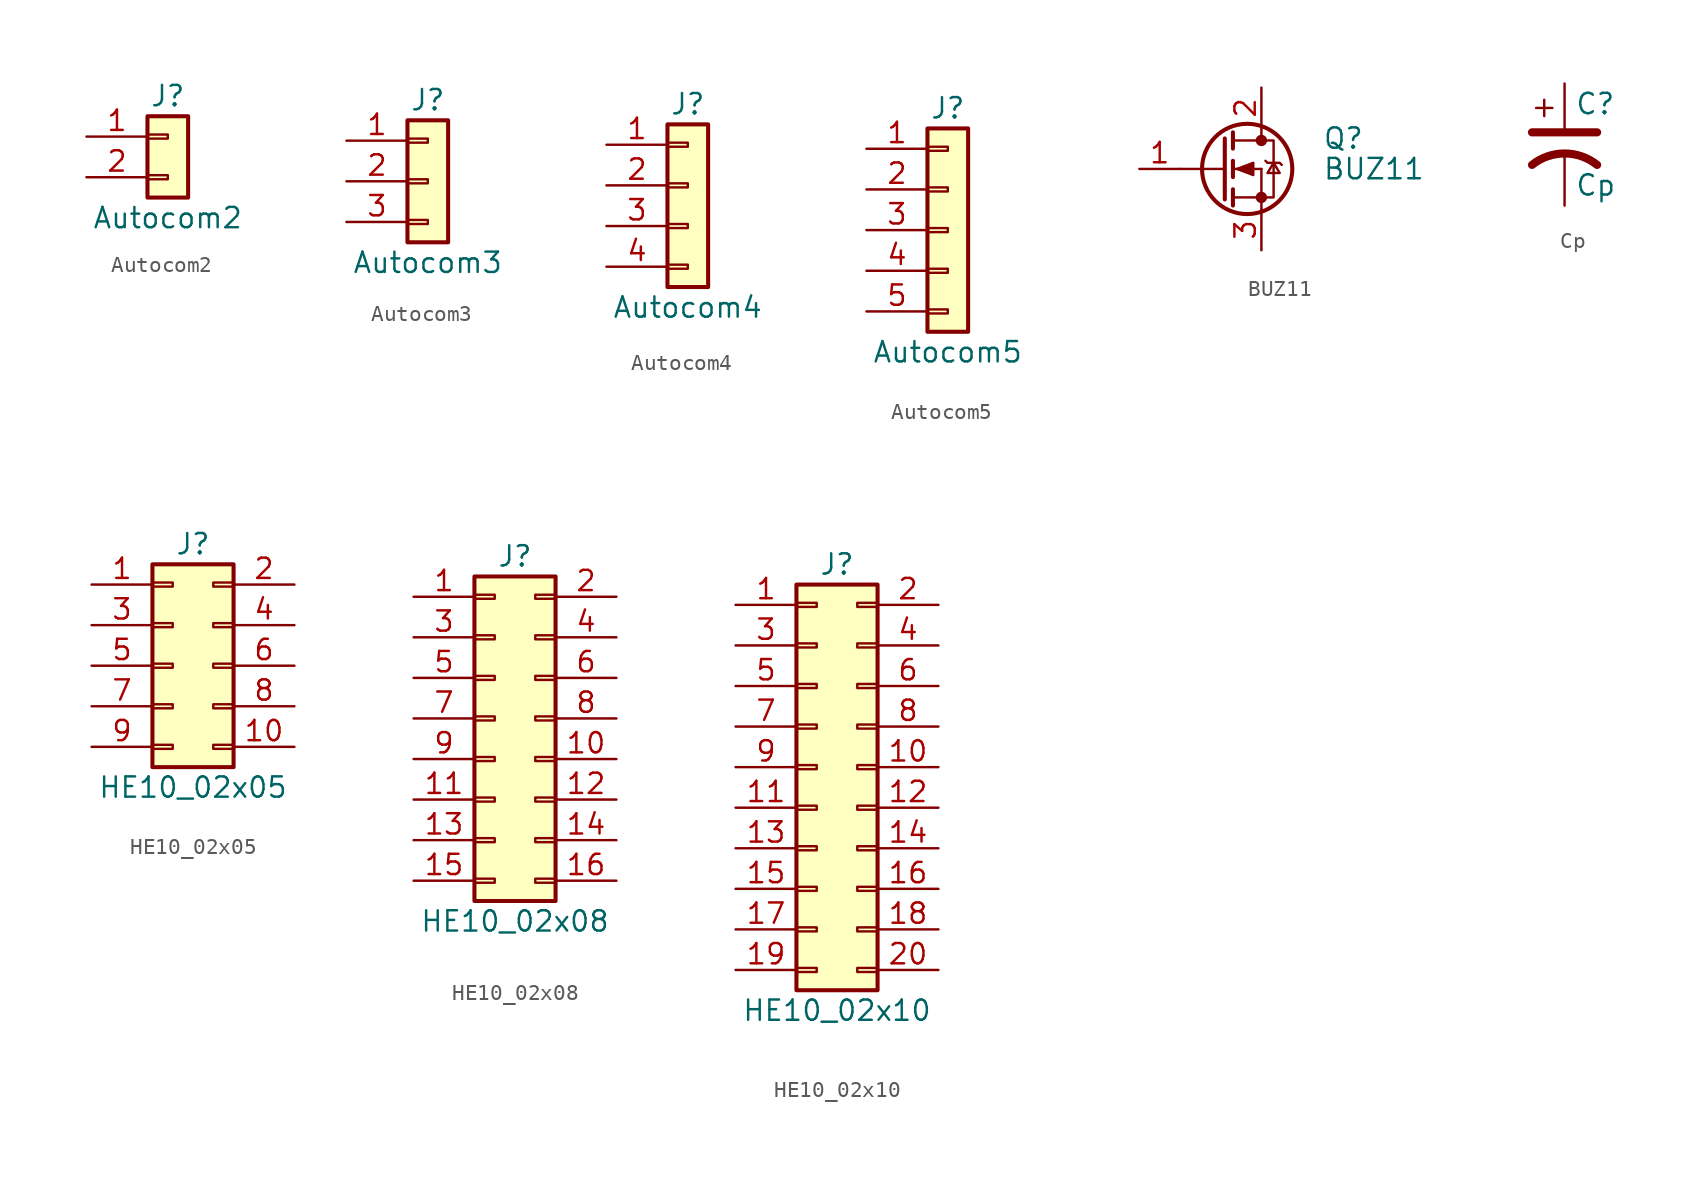
<source format=kicad_sym>
(kicad_symbol_lib
  (version 20211014)
  (generator kicad_symbol_editor)
  (symbol "Autocom2"
    (pin_names
      (offset 1.016) hide)
    (property "Reference" "J"
      (at 0 2.54 0)
      (effects (font (size 1.27 1.27))))
    (property "Value" "Autocom2"
      (at 0 -5.08 0)
      (effects (font (size 1.27 1.27))))
    (symbol "Autocom2_1_1"
      (rectangle (start -1.27 -2.413) (end 0 -2.667) (stroke (width 0.152) (type default) (color 0 0 0 0)) (fill (type none)))
      (rectangle (start -1.27 0.127) (end 0 -0.127) (stroke (width 0.152) (type default) (color 0 0 0 0)) (fill (type none)))
      (rectangle (start -1.27 1.27) (end 1.27 -3.81) (stroke (width 0.254) (type default) (color 0 0 0 0)) (fill (type background)))
      (pin passive line (at -5.08 0 0) (length 3.81) (name "Pin_1" (effects (font (size 1.27 1.27)))) (number "1" (effects (font (size 1.27 1.27)))))
      (pin passive line (at -5.08 -2.54 0) (length 3.81) (name "Pin_2" (effects (font (size 1.27 1.27)))) (number "2" (effects (font (size 1.27 1.27)))))))
  (symbol "Autocom3"
    (pin_names
      (offset 1.016) hide)
    (property "Reference" "J"
      (at 0 5.08 0)
      (effects (font (size 1.27 1.27))))
    (property "Value" "Autocom3"
      (at 0 -5.08 0)
      (effects (font (size 1.27 1.27))))
    (symbol "Autocom3_1_1"
      (rectangle (start -1.27 -2.413) (end 0 -2.667) (stroke (width 0.152) (type default) (color 0 0 0 0)) (fill (type none)))
      (rectangle (start -1.27 0.127) (end 0 -0.127) (stroke (width 0.152) (type default) (color 0 0 0 0)) (fill (type none)))
      (rectangle (start -1.27 2.667) (end 0 2.413) (stroke (width 0.152) (type default) (color 0 0 0 0)) (fill (type none)))
      (rectangle (start -1.27 3.81) (end 1.27 -3.81) (stroke (width 0.254) (type default) (color 0 0 0 0)) (fill (type background)))
      (pin passive line (at -5.08 2.54 0) (length 3.81) (name "Pin_1" (effects (font (size 1.27 1.27)))) (number "1" (effects (font (size 1.27 1.27)))))
      (pin passive line (at -5.08 0 0) (length 3.81) (name "Pin_2" (effects (font (size 1.27 1.27)))) (number "2" (effects (font (size 1.27 1.27)))))
      (pin passive line (at -5.08 -2.54 0) (length 3.81) (name "Pin_3" (effects (font (size 1.27 1.27)))) (number "3" (effects (font (size 1.27 1.27)))))))
  (symbol "Autocom4"
    (pin_names
      (offset 1.016) hide)
    (property "Reference" "J"
      (at 0 5.08 0)
      (effects (font (size 1.27 1.27))))
    (property "Value" "Autocom4"
      (at 0 -7.62 0)
      (effects (font (size 1.27 1.27))))
    (symbol "Autocom4_1_1"
      (rectangle (start -1.27 -4.953) (end 0 -5.207) (stroke (width 0.152) (type default) (color 0 0 0 0)) (fill (type none)))
      (rectangle (start -1.27 -2.413) (end 0 -2.667) (stroke (width 0.152) (type default) (color 0 0 0 0)) (fill (type none)))
      (rectangle (start -1.27 0.127) (end 0 -0.127) (stroke (width 0.152) (type default) (color 0 0 0 0)) (fill (type none)))
      (rectangle (start -1.27 2.667) (end 0 2.413) (stroke (width 0.152) (type default) (color 0 0 0 0)) (fill (type none)))
      (rectangle (start -1.27 3.81) (end 1.27 -6.35) (stroke (width 0.254) (type default) (color 0 0 0 0)) (fill (type background)))
      (pin passive line (at -5.08 2.54 0) (length 3.81) (name "Pin_1" (effects (font (size 1.27 1.27)))) (number "1" (effects (font (size 1.27 1.27)))))
      (pin passive line (at -5.08 0 0) (length 3.81) (name "Pin_2" (effects (font (size 1.27 1.27)))) (number "2" (effects (font (size 1.27 1.27)))))
      (pin passive line (at -5.08 -2.54 0) (length 3.81) (name "Pin_3" (effects (font (size 1.27 1.27)))) (number "3" (effects (font (size 1.27 1.27)))))
      (pin passive line (at -5.08 -5.08 0) (length 3.81) (name "Pin_4" (effects (font (size 1.27 1.27)))) (number "4" (effects (font (size 1.27 1.27)))))))
  (symbol "Autocom5"
    (pin_names
      (offset 1.016) hide)
    (property "Reference" "J"
      (at 0 7.62 0)
      (effects (font (size 1.27 1.27))))
    (property "Value" "Autocom5"
      (at 0 -7.62 0)
      (effects (font (size 1.27 1.27))))
    (symbol "Autocom5_1_1"
      (rectangle (start -1.27 -4.953) (end 0 -5.207) (stroke (width 0.152) (type default) (color 0 0 0 0)) (fill (type none)))
      (rectangle (start -1.27 -2.413) (end 0 -2.667) (stroke (width 0.152) (type default) (color 0 0 0 0)) (fill (type none)))
      (rectangle (start -1.27 0.127) (end 0 -0.127) (stroke (width 0.152) (type default) (color 0 0 0 0)) (fill (type none)))
      (rectangle (start -1.27 2.667) (end 0 2.413) (stroke (width 0.152) (type default) (color 0 0 0 0)) (fill (type none)))
      (rectangle (start -1.27 5.207) (end 0 4.953) (stroke (width 0.152) (type default) (color 0 0 0 0)) (fill (type none)))
      (rectangle (start -1.27 6.35) (end 1.27 -6.35) (stroke (width 0.254) (type default) (color 0 0 0 0)) (fill (type background)))
      (pin passive line (at -5.08 5.08 0) (length 3.81) (name "Pin_1" (effects (font (size 1.27 1.27)))) (number "1" (effects (font (size 1.27 1.27)))))
      (pin passive line (at -5.08 2.54 0) (length 3.81) (name "Pin_2" (effects (font (size 1.27 1.27)))) (number "2" (effects (font (size 1.27 1.27)))))
      (pin passive line (at -5.08 0 0) (length 3.81) (name "Pin_3" (effects (font (size 1.27 1.27)))) (number "3" (effects (font (size 1.27 1.27)))))
      (pin passive line (at -5.08 -2.54 0) (length 3.81) (name "Pin_4" (effects (font (size 1.27 1.27)))) (number "4" (effects (font (size 1.27 1.27)))))
      (pin passive line (at -5.08 -5.08 0) (length 3.81) (name "Pin_5" (effects (font (size 1.27 1.27)))) (number "5" (effects (font (size 1.27 1.27)))))))
  (symbol "BUZ11"
    (pin_names
      (offset 0) hide)
    (property "Reference" "Q"
      (at 6.35 1.905 0)
      (effects (font (size 1.27 1.27)) (justify left)))
    (property "Value" "BUZ11"
      (at 6.35 0 0)
      (effects (font (size 1.27 1.27)) (justify left)))
    (symbol "BUZ11_0_1"
      (polyline (pts (xy 0.254 0) (xy -2.54 0)) (stroke (width 0) (type default) (color 0 0 0 0)) (fill (type none)))
      (polyline (pts (xy 0.762 -1.778) (xy 2.54 -1.778)) (stroke (width 0) (type default) (color 0 0 0 0)) (fill (type none)))
      (polyline (pts (xy 0.762 -1.27) (xy 0.762 -2.286)) (stroke (width 0.254) (type default) (color 0 0 0 0)) (fill (type none)))
      (polyline (pts (xy 0.762 0) (xy 2.54 0)) (stroke (width 0) (type default) (color 0 0 0 0)) (fill (type none)))
      (polyline (pts (xy 0.762 0.508) (xy 0.762 -0.508)) (stroke (width 0.254) (type default) (color 0 0 0 0)) (fill (type none)))
      (polyline (pts (xy 0.762 1.778) (xy 2.54 1.778)) (stroke (width 0) (type default) (color 0 0 0 0)) (fill (type none)))
      (polyline (pts (xy 0.762 2.286) (xy 0.762 1.27)) (stroke (width 0.254) (type default) (color 0 0 0 0)) (fill (type none)))
      (polyline (pts (xy 2.54 -1.778) (xy 2.54 -2.54)) (stroke (width 0) (type default) (color 0 0 0 0)) (fill (type none)))
      (polyline (pts (xy 2.54 -1.778) (xy 2.54 0)) (stroke (width 0) (type default) (color 0 0 0 0)) (fill (type none)))
      (polyline (pts (xy 2.54 2.54) (xy 2.54 1.778)) (stroke (width 0) (type default) (color 0 0 0 0)) (fill (type none)))
      (polyline (pts (xy 0.254 1.905) (xy 0.254 -1.905) (xy 0.254 -1.905)) (stroke (width 0.254) (type default) (color 0 0 0 0)) (fill (type none)))
      (polyline (pts (xy 1.016 0) (xy 2.032 0.381) (xy 2.032 -0.381) (xy 1.016 0)) (stroke (width 0) (type default) (color 0 0 0 0)) (fill (type outline)))
      (polyline (pts (xy 2.54 -1.778) (xy 3.302 -1.778) (xy 3.302 1.778) (xy 2.54 1.778)) (stroke (width 0) (type default) (color 0 0 0 0)) (fill (type none)))
      (polyline (pts (xy 2.794 0.508) (xy 2.921 0.381) (xy 3.683 0.381) (xy 3.81 0.254)) (stroke (width 0) (type default) (color 0 0 0 0)) (fill (type none)))
      (polyline (pts (xy 3.302 0.381) (xy 2.921 -0.254) (xy 3.683 -0.254) (xy 3.302 0.381)) (stroke (width 0) (type default) (color 0 0 0 0)) (fill (type none)))
      (circle (center 1.651 0) (radius 2.819) (stroke (width 0.254) (type default) (color 0 0 0 0)) (fill (type none)))
      (circle (center 2.54 -1.778) (radius 0.279) (stroke (width 0) (type default) (color 0 0 0 0)) (fill (type outline)))
      (circle (center 2.54 1.778) (radius 0.279) (stroke (width 0) (type default) (color 0 0 0 0)) (fill (type outline))))
    (symbol "BUZ11_1_1"
      (pin input line (at -5.08 0 0) (length 2.54) (name "G" (effects (font (size 1.27 1.27)))) (number "1" (effects (font (size 1.27 1.27)))))
      (pin passive line (at 2.54 5.08 270) (length 2.54) (name "D" (effects (font (size 1.27 1.27)))) (number "2" (effects (font (size 1.27 1.27)))))
      (pin passive line (at 2.54 -5.08 90) (length 2.54) (name "S" (effects (font (size 1.27 1.27)))) (number "3" (effects (font (size 1.27 1.27)))))))
  (symbol "Cp"
    (pin_numbers hide)
    (pin_names
      (offset 0.254) hide)
    (property "Reference" "C"
      (at 0.635 2.54 0)
      (effects (font (size 1.27 1.27)) (justify left)))
    (property "Value" "Cp"
      (at 0.635 -2.54 0)
      (effects (font (size 1.27 1.27)) (justify left)))
    (symbol "Cp_0_1"
      (polyline (pts (xy -2.032 0.762) (xy 2.032 0.762)) (stroke (width 0.508) (type default) (color 0 0 0 0)) (fill (type none)))
      (polyline (pts (xy -1.778 2.286) (xy -0.762 2.286)) (stroke (width 0) (type default) (color 0 0 0 0)) (fill (type none)))
      (polyline (pts (xy -1.27 1.778) (xy -1.27 2.794)) (stroke (width 0) (type default) (color 0 0 0 0)) (fill (type none)))
      (arc (start 2.032 -1.27) (mid 0 -0.5572) (end -2.032 -1.27) (stroke (width 0.508) (type default) (color 0 0 0 0)) (fill (type none))))
    (symbol "Cp_1_1"
      (pin passive line (at 0 3.81 270) (length 2.794) (name "~" (effects (font (size 1.27 1.27)))) (number "1" (effects (font (size 1.27 1.27)))))
      (pin passive line (at 0 -3.81 90) (length 3.302) (name "~" (effects (font (size 1.27 1.27)))) (number "2" (effects (font (size 1.27 1.27)))))))
  (symbol "HE10_02x05"
    (pin_names
      (offset 1.016) hide)
    (property "Reference" "J"
      (at 1.27 7.62 0)
      (effects (font (size 1.27 1.27))))
    (property "Value" "HE10_02x05"
      (at 1.27 -7.62 0)
      (effects (font (size 1.27 1.27))))
    (symbol "HE10_02x05_1_1"
      (rectangle (start -1.27 -4.953) (end 0 -5.207) (stroke (width 0.152) (type default) (color 0 0 0 0)) (fill (type none)))
      (rectangle (start -1.27 -2.413) (end 0 -2.667) (stroke (width 0.152) (type default) (color 0 0 0 0)) (fill (type none)))
      (rectangle (start -1.27 0.127) (end 0 -0.127) (stroke (width 0.152) (type default) (color 0 0 0 0)) (fill (type none)))
      (rectangle (start -1.27 2.667) (end 0 2.413) (stroke (width 0.152) (type default) (color 0 0 0 0)) (fill (type none)))
      (rectangle (start -1.27 5.207) (end 0 4.953) (stroke (width 0.152) (type default) (color 0 0 0 0)) (fill (type none)))
      (rectangle (start -1.27 6.35) (end 3.81 -6.35) (stroke (width 0.254) (type default) (color 0 0 0 0)) (fill (type background)))
      (rectangle (start 3.81 -4.953) (end 2.54 -5.207) (stroke (width 0.152) (type default) (color 0 0 0 0)) (fill (type none)))
      (rectangle (start 3.81 -2.413) (end 2.54 -2.667) (stroke (width 0.152) (type default) (color 0 0 0 0)) (fill (type none)))
      (rectangle (start 3.81 0.127) (end 2.54 -0.127) (stroke (width 0.152) (type default) (color 0 0 0 0)) (fill (type none)))
      (rectangle (start 3.81 2.667) (end 2.54 2.413) (stroke (width 0.152) (type default) (color 0 0 0 0)) (fill (type none)))
      (rectangle (start 3.81 5.207) (end 2.54 4.953) (stroke (width 0.152) (type default) (color 0 0 0 0)) (fill (type none)))
      (pin passive line (at -5.08 5.08 0) (length 3.81) (name "Pin_1" (effects (font (size 1.27 1.27)))) (number "1" (effects (font (size 1.27 1.27)))))
      (pin passive line (at 7.62 -5.08 180) (length 3.81) (name "Pin_10" (effects (font (size 1.27 1.27)))) (number "10" (effects (font (size 1.27 1.27)))))
      (pin passive line (at 7.62 5.08 180) (length 3.81) (name "Pin_2" (effects (font (size 1.27 1.27)))) (number "2" (effects (font (size 1.27 1.27)))))
      (pin passive line (at -5.08 2.54 0) (length 3.81) (name "Pin_3" (effects (font (size 1.27 1.27)))) (number "3" (effects (font (size 1.27 1.27)))))
      (pin passive line (at 7.62 2.54 180) (length 3.81) (name "Pin_4" (effects (font (size 1.27 1.27)))) (number "4" (effects (font (size 1.27 1.27)))))
      (pin passive line (at -5.08 0 0) (length 3.81) (name "Pin_5" (effects (font (size 1.27 1.27)))) (number "5" (effects (font (size 1.27 1.27)))))
      (pin passive line (at 7.62 0 180) (length 3.81) (name "Pin_6" (effects (font (size 1.27 1.27)))) (number "6" (effects (font (size 1.27 1.27)))))
      (pin passive line (at -5.08 -2.54 0) (length 3.81) (name "Pin_7" (effects (font (size 1.27 1.27)))) (number "7" (effects (font (size 1.27 1.27)))))
      (pin passive line (at 7.62 -2.54 180) (length 3.81) (name "Pin_8" (effects (font (size 1.27 1.27)))) (number "8" (effects (font (size 1.27 1.27)))))
      (pin passive line (at -5.08 -5.08 0) (length 3.81) (name "Pin_9" (effects (font (size 1.27 1.27)))) (number "9" (effects (font (size 1.27 1.27)))))))
  (symbol "HE10_02x08"
    (pin_names
      (offset 1.016) hide)
    (property "Reference" "J"
      (at 1.27 10.16 0)
      (effects (font (size 1.27 1.27))))
    (property "Value" "HE10_02x08"
      (at 1.27 -12.7 0)
      (effects (font (size 1.27 1.27))))
    (symbol "HE10_02x08_1_1"
      (rectangle (start -1.27 -10.033) (end 0 -10.287) (stroke (width 0.152) (type default) (color 0 0 0 0)) (fill (type none)))
      (rectangle (start -1.27 -7.493) (end 0 -7.747) (stroke (width 0.152) (type default) (color 0 0 0 0)) (fill (type none)))
      (rectangle (start -1.27 -4.953) (end 0 -5.207) (stroke (width 0.152) (type default) (color 0 0 0 0)) (fill (type none)))
      (rectangle (start -1.27 -2.413) (end 0 -2.667) (stroke (width 0.152) (type default) (color 0 0 0 0)) (fill (type none)))
      (rectangle (start -1.27 0.127) (end 0 -0.127) (stroke (width 0.152) (type default) (color 0 0 0 0)) (fill (type none)))
      (rectangle (start -1.27 2.667) (end 0 2.413) (stroke (width 0.152) (type default) (color 0 0 0 0)) (fill (type none)))
      (rectangle (start -1.27 5.207) (end 0 4.953) (stroke (width 0.152) (type default) (color 0 0 0 0)) (fill (type none)))
      (rectangle (start -1.27 7.747) (end 0 7.493) (stroke (width 0.152) (type default) (color 0 0 0 0)) (fill (type none)))
      (rectangle (start -1.27 8.89) (end 3.81 -11.43) (stroke (width 0.254) (type default) (color 0 0 0 0)) (fill (type background)))
      (rectangle (start 3.81 -10.033) (end 2.54 -10.287) (stroke (width 0.152) (type default) (color 0 0 0 0)) (fill (type none)))
      (rectangle (start 3.81 -7.493) (end 2.54 -7.747) (stroke (width 0.152) (type default) (color 0 0 0 0)) (fill (type none)))
      (rectangle (start 3.81 -4.953) (end 2.54 -5.207) (stroke (width 0.152) (type default) (color 0 0 0 0)) (fill (type none)))
      (rectangle (start 3.81 -2.413) (end 2.54 -2.667) (stroke (width 0.152) (type default) (color 0 0 0 0)) (fill (type none)))
      (rectangle (start 3.81 0.127) (end 2.54 -0.127) (stroke (width 0.152) (type default) (color 0 0 0 0)) (fill (type none)))
      (rectangle (start 3.81 2.667) (end 2.54 2.413) (stroke (width 0.152) (type default) (color 0 0 0 0)) (fill (type none)))
      (rectangle (start 3.81 5.207) (end 2.54 4.953) (stroke (width 0.152) (type default) (color 0 0 0 0)) (fill (type none)))
      (rectangle (start 3.81 7.747) (end 2.54 7.493) (stroke (width 0.152) (type default) (color 0 0 0 0)) (fill (type none)))
      (pin passive line (at -5.08 7.62 0) (length 3.81) (name "Pin_1" (effects (font (size 1.27 1.27)))) (number "1" (effects (font (size 1.27 1.27)))))
      (pin passive line (at 7.62 -2.54 180) (length 3.81) (name "Pin_10" (effects (font (size 1.27 1.27)))) (number "10" (effects (font (size 1.27 1.27)))))
      (pin passive line (at -5.08 -5.08 0) (length 3.81) (name "Pin_11" (effects (font (size 1.27 1.27)))) (number "11" (effects (font (size 1.27 1.27)))))
      (pin passive line (at 7.62 -5.08 180) (length 3.81) (name "Pin_12" (effects (font (size 1.27 1.27)))) (number "12" (effects (font (size 1.27 1.27)))))
      (pin passive line (at -5.08 -7.62 0) (length 3.81) (name "Pin_13" (effects (font (size 1.27 1.27)))) (number "13" (effects (font (size 1.27 1.27)))))
      (pin passive line (at 7.62 -7.62 180) (length 3.81) (name "Pin_14" (effects (font (size 1.27 1.27)))) (number "14" (effects (font (size 1.27 1.27)))))
      (pin passive line (at -5.08 -10.16 0) (length 3.81) (name "Pin_15" (effects (font (size 1.27 1.27)))) (number "15" (effects (font (size 1.27 1.27)))))
      (pin passive line (at 7.62 -10.16 180) (length 3.81) (name "Pin_16" (effects (font (size 1.27 1.27)))) (number "16" (effects (font (size 1.27 1.27)))))
      (pin passive line (at 7.62 7.62 180) (length 3.81) (name "Pin_2" (effects (font (size 1.27 1.27)))) (number "2" (effects (font (size 1.27 1.27)))))
      (pin passive line (at -5.08 5.08 0) (length 3.81) (name "Pin_3" (effects (font (size 1.27 1.27)))) (number "3" (effects (font (size 1.27 1.27)))))
      (pin passive line (at 7.62 5.08 180) (length 3.81) (name "Pin_4" (effects (font (size 1.27 1.27)))) (number "4" (effects (font (size 1.27 1.27)))))
      (pin passive line (at -5.08 2.54 0) (length 3.81) (name "Pin_5" (effects (font (size 1.27 1.27)))) (number "5" (effects (font (size 1.27 1.27)))))
      (pin passive line (at 7.62 2.54 180) (length 3.81) (name "Pin_6" (effects (font (size 1.27 1.27)))) (number "6" (effects (font (size 1.27 1.27)))))
      (pin passive line (at -5.08 0 0) (length 3.81) (name "Pin_7" (effects (font (size 1.27 1.27)))) (number "7" (effects (font (size 1.27 1.27)))))
      (pin passive line (at 7.62 0 180) (length 3.81) (name "Pin_8" (effects (font (size 1.27 1.27)))) (number "8" (effects (font (size 1.27 1.27)))))
      (pin passive line (at -5.08 -2.54 0) (length 3.81) (name "Pin_9" (effects (font (size 1.27 1.27)))) (number "9" (effects (font (size 1.27 1.27)))))))
  (symbol "HE10_02x10"
    (pin_names
      (offset 1.016) hide)
    (property "Reference" "J"
      (at 1.27 12.7 0)
      (effects (font (size 1.27 1.27))))
    (property "Value" "HE10_02x10"
      (at 1.27 -15.24 0)
      (effects (font (size 1.27 1.27))))
    (symbol "HE10_02x10_1_1"
      (rectangle (start -1.27 -12.573) (end 0 -12.827) (stroke (width 0.152) (type default) (color 0 0 0 0)) (fill (type none)))
      (rectangle (start -1.27 -10.033) (end 0 -10.287) (stroke (width 0.152) (type default) (color 0 0 0 0)) (fill (type none)))
      (rectangle (start -1.27 -7.493) (end 0 -7.747) (stroke (width 0.152) (type default) (color 0 0 0 0)) (fill (type none)))
      (rectangle (start -1.27 -4.953) (end 0 -5.207) (stroke (width 0.152) (type default) (color 0 0 0 0)) (fill (type none)))
      (rectangle (start -1.27 -2.413) (end 0 -2.667) (stroke (width 0.152) (type default) (color 0 0 0 0)) (fill (type none)))
      (rectangle (start -1.27 0.127) (end 0 -0.127) (stroke (width 0.152) (type default) (color 0 0 0 0)) (fill (type none)))
      (rectangle (start -1.27 2.667) (end 0 2.413) (stroke (width 0.152) (type default) (color 0 0 0 0)) (fill (type none)))
      (rectangle (start -1.27 5.207) (end 0 4.953) (stroke (width 0.152) (type default) (color 0 0 0 0)) (fill (type none)))
      (rectangle (start -1.27 7.747) (end 0 7.493) (stroke (width 0.152) (type default) (color 0 0 0 0)) (fill (type none)))
      (rectangle (start -1.27 10.287) (end 0 10.033) (stroke (width 0.152) (type default) (color 0 0 0 0)) (fill (type none)))
      (rectangle (start -1.27 11.43) (end 3.81 -13.97) (stroke (width 0.254) (type default) (color 0 0 0 0)) (fill (type background)))
      (rectangle (start 3.81 -12.573) (end 2.54 -12.827) (stroke (width 0.152) (type default) (color 0 0 0 0)) (fill (type none)))
      (rectangle (start 3.81 -10.033) (end 2.54 -10.287) (stroke (width 0.152) (type default) (color 0 0 0 0)) (fill (type none)))
      (rectangle (start 3.81 -7.493) (end 2.54 -7.747) (stroke (width 0.152) (type default) (color 0 0 0 0)) (fill (type none)))
      (rectangle (start 3.81 -4.953) (end 2.54 -5.207) (stroke (width 0.152) (type default) (color 0 0 0 0)) (fill (type none)))
      (rectangle (start 3.81 -2.413) (end 2.54 -2.667) (stroke (width 0.152) (type default) (color 0 0 0 0)) (fill (type none)))
      (rectangle (start 3.81 0.127) (end 2.54 -0.127) (stroke (width 0.152) (type default) (color 0 0 0 0)) (fill (type none)))
      (rectangle (start 3.81 2.667) (end 2.54 2.413) (stroke (width 0.152) (type default) (color 0 0 0 0)) (fill (type none)))
      (rectangle (start 3.81 5.207) (end 2.54 4.953) (stroke (width 0.152) (type default) (color 0 0 0 0)) (fill (type none)))
      (rectangle (start 3.81 7.747) (end 2.54 7.493) (stroke (width 0.152) (type default) (color 0 0 0 0)) (fill (type none)))
      (rectangle (start 3.81 10.287) (end 2.54 10.033) (stroke (width 0.152) (type default) (color 0 0 0 0)) (fill (type none)))
      (pin passive line (at -5.08 10.16 0) (length 3.81) (name "Pin_1" (effects (font (size 1.27 1.27)))) (number "1" (effects (font (size 1.27 1.27)))))
      (pin passive line (at 7.62 0 180) (length 3.81) (name "Pin_10" (effects (font (size 1.27 1.27)))) (number "10" (effects (font (size 1.27 1.27)))))
      (pin passive line (at -5.08 -2.54 0) (length 3.81) (name "Pin_11" (effects (font (size 1.27 1.27)))) (number "11" (effects (font (size 1.27 1.27)))))
      (pin passive line (at 7.62 -2.54 180) (length 3.81) (name "Pin_12" (effects (font (size 1.27 1.27)))) (number "12" (effects (font (size 1.27 1.27)))))
      (pin passive line (at -5.08 -5.08 0) (length 3.81) (name "Pin_13" (effects (font (size 1.27 1.27)))) (number "13" (effects (font (size 1.27 1.27)))))
      (pin passive line (at 7.62 -5.08 180) (length 3.81) (name "Pin_14" (effects (font (size 1.27 1.27)))) (number "14" (effects (font (size 1.27 1.27)))))
      (pin passive line (at -5.08 -7.62 0) (length 3.81) (name "Pin_15" (effects (font (size 1.27 1.27)))) (number "15" (effects (font (size 1.27 1.27)))))
      (pin passive line (at 7.62 -7.62 180) (length 3.81) (name "Pin_16" (effects (font (size 1.27 1.27)))) (number "16" (effects (font (size 1.27 1.27)))))
      (pin passive line (at -5.08 -10.16 0) (length 3.81) (name "Pin_17" (effects (font (size 1.27 1.27)))) (number "17" (effects (font (size 1.27 1.27)))))
      (pin passive line (at 7.62 -10.16 180) (length 3.81) (name "Pin_18" (effects (font (size 1.27 1.27)))) (number "18" (effects (font (size 1.27 1.27)))))
      (pin passive line (at -5.08 -12.7 0) (length 3.81) (name "Pin_19" (effects (font (size 1.27 1.27)))) (number "19" (effects (font (size 1.27 1.27)))))
      (pin passive line (at 7.62 10.16 180) (length 3.81) (name "Pin_2" (effects (font (size 1.27 1.27)))) (number "2" (effects (font (size 1.27 1.27)))))
      (pin passive line (at 7.62 -12.7 180) (length 3.81) (name "Pin_20" (effects (font (size 1.27 1.27)))) (number "20" (effects (font (size 1.27 1.27)))))
      (pin passive line (at -5.08 7.62 0) (length 3.81) (name "Pin_3" (effects (font (size 1.27 1.27)))) (number "3" (effects (font (size 1.27 1.27)))))
      (pin passive line (at 7.62 7.62 180) (length 3.81) (name "Pin_4" (effects (font (size 1.27 1.27)))) (number "4" (effects (font (size 1.27 1.27)))))
      (pin passive line (at -5.08 5.08 0) (length 3.81) (name "Pin_5" (effects (font (size 1.27 1.27)))) (number "5" (effects (font (size 1.27 1.27)))))
      (pin passive line (at 7.62 5.08 180) (length 3.81) (name "Pin_6" (effects (font (size 1.27 1.27)))) (number "6" (effects (font (size 1.27 1.27)))))
      (pin passive line (at -5.08 2.54 0) (length 3.81) (name "Pin_7" (effects (font (size 1.27 1.27)))) (number "7" (effects (font (size 1.27 1.27)))))
      (pin passive line (at 7.62 2.54 180) (length 3.81) (name "Pin_8" (effects (font (size 1.27 1.27)))) (number "8" (effects (font (size 1.27 1.27)))))
      (pin passive line (at -5.08 0 0) (length 3.81) (name "Pin_9" (effects (font (size 1.27 1.27)))) (number "9" (effects (font (size 1.27 1.27))))))))
</source>
